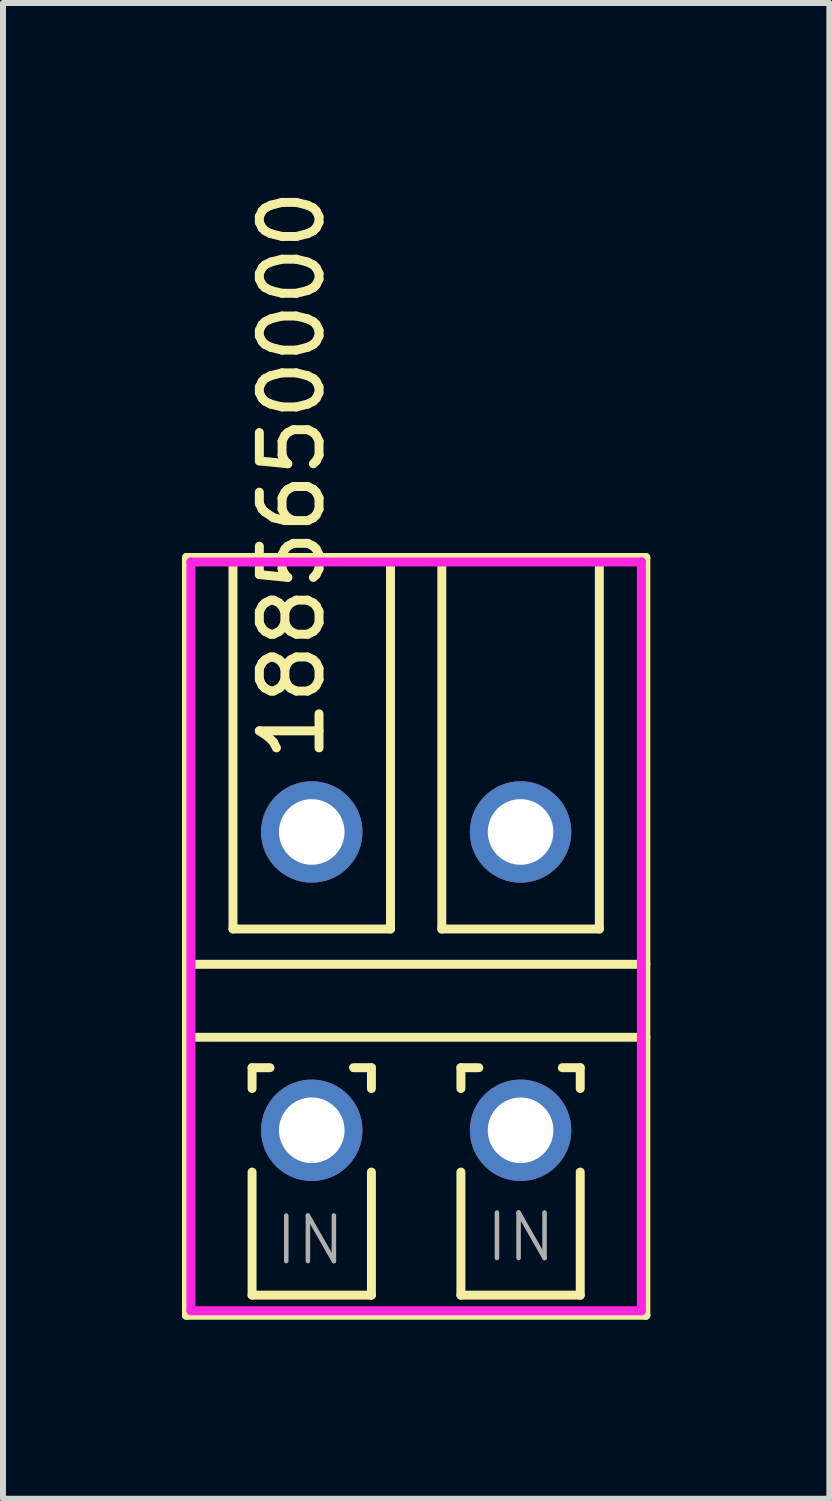
<source format=kicad_pcb>
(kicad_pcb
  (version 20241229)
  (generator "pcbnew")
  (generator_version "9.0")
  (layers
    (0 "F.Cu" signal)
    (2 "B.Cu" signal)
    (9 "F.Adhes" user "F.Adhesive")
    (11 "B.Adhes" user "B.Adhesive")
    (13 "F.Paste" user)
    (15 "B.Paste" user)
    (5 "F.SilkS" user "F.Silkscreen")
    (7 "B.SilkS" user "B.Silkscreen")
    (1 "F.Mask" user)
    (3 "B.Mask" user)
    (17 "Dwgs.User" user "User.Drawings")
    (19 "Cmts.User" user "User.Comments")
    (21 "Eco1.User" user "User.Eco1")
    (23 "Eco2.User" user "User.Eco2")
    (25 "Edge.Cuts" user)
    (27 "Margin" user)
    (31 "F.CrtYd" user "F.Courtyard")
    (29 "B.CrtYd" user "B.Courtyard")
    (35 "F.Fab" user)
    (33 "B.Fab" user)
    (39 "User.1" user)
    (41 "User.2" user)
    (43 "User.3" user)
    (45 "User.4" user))
  (footprint "1885650000"
    (layer "F.Cu")
    (at 3.925 12.644)
    (property "Reference" "1885650000" (at -2.083 -2.87 90) (layer "F.SilkS") (effects (font (size 1 1) (thickness 0.15)) (justify left)))
    (attr through_hole)
    (fp_line (start -3.85 -6.35) (end 3.85 -6.35) (stroke (width 0.15) (type solid)) (layer "F.SilkS"))
    (fp_line (start -3.85 0.468) (end 3.85 0.468) (stroke (width 0.15) (type solid)) (layer "F.SilkS"))
    (fp_line (start -3.85 1.691) (end 3.85 1.691) (stroke (width 0.15) (type solid)) (layer "F.SilkS"))
    (fp_line (start -3.85 6.35) (end -3.85 -6.35) (stroke (width 0.15) (type solid)) (layer "F.SilkS"))
    (fp_line (start -3.85 6.35) (end 3.85 6.35) (stroke (width 0.15) (type solid)) (layer "F.SilkS"))
    (fp_line (start -3.07 -6.35) (end -0.43 -6.35) (stroke (width 0.15) (type solid)) (layer "F.SilkS"))
    (fp_line (start -3.07 -0.124) (end -3.07 -6.35) (stroke (width 0.15) (type solid)) (layer "F.SilkS"))
    (fp_line (start -3.07 -0.124) (end -0.43 -0.124) (stroke (width 0.15) (type solid)) (layer "F.SilkS"))
    (fp_line (start -2.75 2.201) (end -2.45 2.201) (stroke (width 0.15) (type solid)) (layer "F.SilkS"))
    (fp_line (start -2.75 2.55) (end -2.75 2.201) (stroke (width 0.15) (type solid)) (layer "F.SilkS"))
    (fp_line (start -2.75 6.013) (end -2.75 3.95) (stroke (width 0.15) (type solid)) (layer "F.SilkS"))
    (fp_line (start -2.75 6.013) (end -0.75 6.013) (stroke (width 0.15) (type solid)) (layer "F.SilkS"))
    (fp_line (start -1.05 2.201) (end -0.75 2.201) (stroke (width 0.15) (type solid)) (layer "F.SilkS"))
    (fp_line (start -0.75 2.55) (end -0.75 2.201) (stroke (width 0.15) (type solid)) (layer "F.SilkS"))
    (fp_line (start -0.75 6.013) (end -0.75 3.95) (stroke (width 0.15) (type solid)) (layer "F.SilkS"))
    (fp_line (start -0.43 -0.124) (end -0.43 -6.35) (stroke (width 0.15) (type solid)) (layer "F.SilkS"))
    (fp_line (start 0.43 -6.35) (end 3.07 -6.35) (stroke (width 0.15) (type solid)) (layer "F.SilkS"))
    (fp_line (start 0.43 -0.124) (end 0.43 -6.35) (stroke (width 0.15) (type solid)) (layer "F.SilkS"))
    (fp_line (start 0.43 -0.124) (end 3.07 -0.124) (stroke (width 0.15) (type solid)) (layer "F.SilkS"))
    (fp_line (start 0.75 2.201) (end 1.05 2.201) (stroke (width 0.15) (type solid)) (layer "F.SilkS"))
    (fp_line (start 0.75 2.55) (end 0.75 2.201) (stroke (width 0.15) (type solid)) (layer "F.SilkS"))
    (fp_line (start 0.75 6.013) (end 0.75 3.95) (stroke (width 0.15) (type solid)) (layer "F.SilkS"))
    (fp_line (start 0.75 6.013) (end 2.75 6.013) (stroke (width 0.15) (type solid)) (layer "F.SilkS"))
    (fp_line (start 2.45 2.201) (end 2.75 2.201) (stroke (width 0.15) (type solid)) (layer "F.SilkS"))
    (fp_line (start 2.75 2.55) (end 2.75 2.201) (stroke (width 0.15) (type solid)) (layer "F.SilkS"))
    (fp_line (start 2.75 6.013) (end 2.75 3.95) (stroke (width 0.15) (type solid)) (layer "F.SilkS"))
    (fp_line (start 3.07 -0.124) (end 3.07 -6.35) (stroke (width 0.15) (type solid)) (layer "F.SilkS"))
    (fp_line (start 3.85 6.35) (end 3.85 -6.35) (stroke (width 0.15) (type solid)) (layer "F.SilkS"))
    (fp_line (start -3.775 -6.275) (end -3.775 6.275) (stroke (width 0.15) (type solid)) (layer "F.CrtYd"))
    (fp_line (start -3.775 6.275) (end 3.775 6.275) (stroke (width 0.15) (type solid)) (layer "F.CrtYd"))
    (fp_line (start 3.775 -6.275) (end -3.775 -6.275) (stroke (width 0.15) (type solid)) (layer "F.CrtYd"))
    (fp_line (start 3.775 -6.275) (end 3.775 -6.275) (stroke (width 0.15) (type solid)) (layer "F.CrtYd"))
    (fp_line (start 3.775 6.275) (end 3.775 -6.275) (stroke (width 0.15) (type solid)) (layer "F.CrtYd"))
    (fp_text user "IN" (at 1.753 5.042 0) (layer "F.Fab") (effects (font (size 0.762 0.762) (thickness 0.076))))
    (fp_text user "IN" (at -1.778 5.093 0) (layer "F.Fab") (effects (font (size 0.762 0.762) (thickness 0.076))))
    (pad "1" thru_hole circle (at -1.75 -1.75) (size 1.7 1.7) (drill 1.1) (layers "*.Cu" "*.Mask"))
    (pad "1" thru_hole circle (at -1.75 3.25) (size 1.7 1.7) (drill 1.1) (layers "*.Cu" "*.Mask"))
    (pad "2" thru_hole circle (at 1.75 -1.75) (size 1.7 1.7) (drill 1.1) (layers "*.Cu" "*.Mask"))
    (pad "2" thru_hole circle (at 1.75 3.25) (size 1.7 1.7) (drill 1.1) (layers "*.Cu" "*.Mask")))
  (gr_rect
    (start -3 -3)
    (end 10.85 22.069)
    (stroke (width 0.1) (type default))
    (fill no)
    (layer "Edge.Cuts")))
</source>
